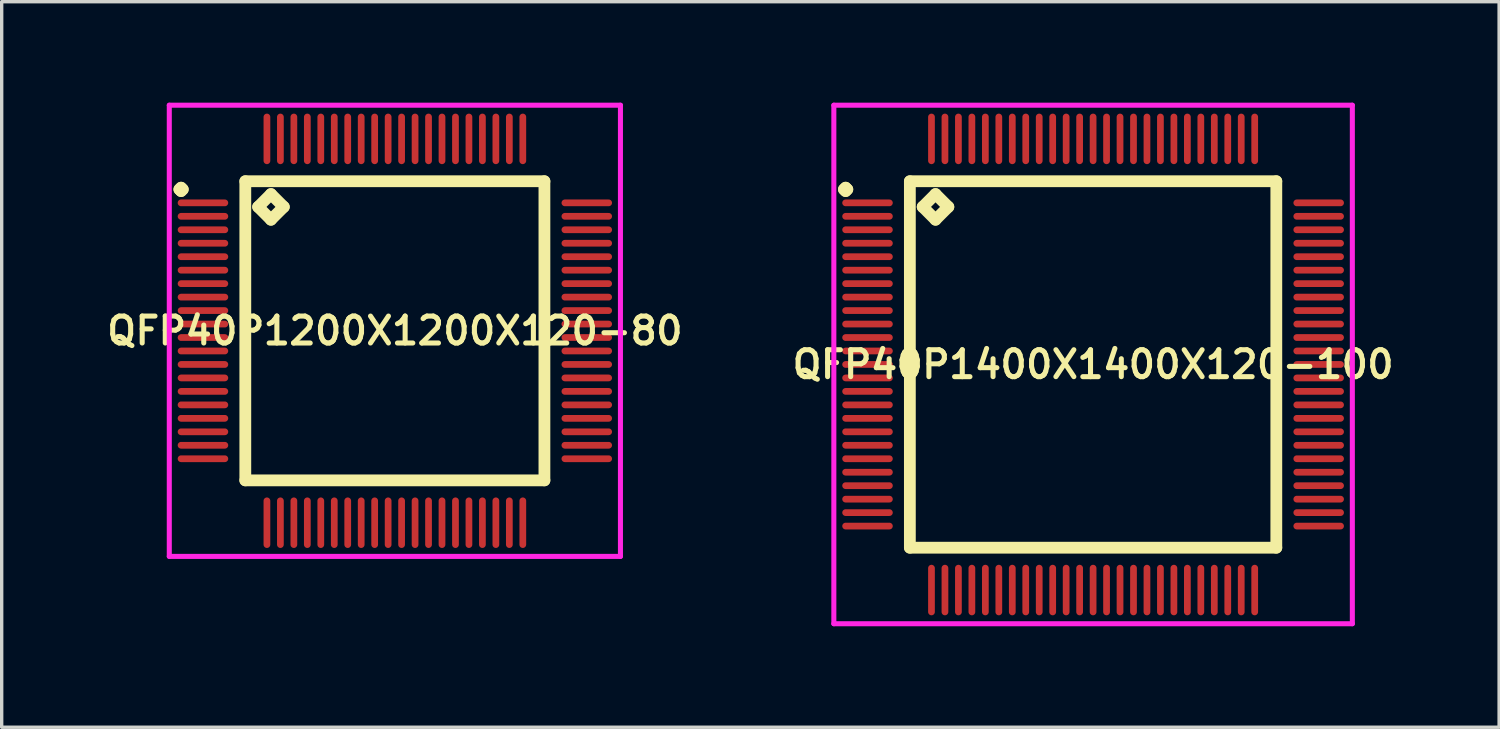
<source format=kicad_pcb>
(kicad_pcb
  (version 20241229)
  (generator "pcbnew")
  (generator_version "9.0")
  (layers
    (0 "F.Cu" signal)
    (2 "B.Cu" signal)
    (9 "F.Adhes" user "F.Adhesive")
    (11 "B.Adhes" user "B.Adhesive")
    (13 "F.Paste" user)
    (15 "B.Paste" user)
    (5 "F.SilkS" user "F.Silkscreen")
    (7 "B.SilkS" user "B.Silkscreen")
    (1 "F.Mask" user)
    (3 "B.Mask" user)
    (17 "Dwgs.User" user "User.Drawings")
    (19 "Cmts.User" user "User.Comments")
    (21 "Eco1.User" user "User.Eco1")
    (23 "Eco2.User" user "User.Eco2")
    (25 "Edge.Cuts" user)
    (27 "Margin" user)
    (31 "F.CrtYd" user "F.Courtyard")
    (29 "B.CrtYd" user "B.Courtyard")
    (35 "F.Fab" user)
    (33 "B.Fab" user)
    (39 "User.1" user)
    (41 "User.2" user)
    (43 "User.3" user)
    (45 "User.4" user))
  (footprint "QFP40P1400X1400X120-100"
    (layer "F.Cu")
    (at 29.416 7.775)
    (property "Reference" "QFP40P1400X1400X120-100" (at 0 0 0) (layer "F.SilkS") (effects (font (size 0.8 0.8) (thickness 0.15))))
    (attr through_hole)
    (fp_line (start -7.4 -5.2) (end -7.35 -5.25) (stroke (width 0.35) (type solid)) (layer "F.SilkS"))
    (fp_line (start -7.35 -5.25) (end -7.3 -5.2) (stroke (width 0.35) (type solid)) (layer "F.SilkS"))
    (fp_line (start -7.35 -5.15) (end -7.4 -5.2) (stroke (width 0.35) (type solid)) (layer "F.SilkS"))
    (fp_line (start -7.3 -5.2) (end -7.35 -5.15) (stroke (width 0.35) (type solid)) (layer "F.SilkS"))
    (fp_line (start -5.442 -5.442) (end -5.442 5.442) (stroke (width 0.35) (type solid)) (layer "F.SilkS"))
    (fp_line (start -5.442 5.442) (end 5.442 5.442) (stroke (width 0.35) (type solid)) (layer "F.SilkS"))
    (fp_line (start -5.061 -4.68) (end -4.68 -5.061) (stroke (width 0.35) (type solid)) (layer "F.SilkS"))
    (fp_line (start -4.68 -5.061) (end -4.299 -4.68) (stroke (width 0.35) (type solid)) (layer "F.SilkS"))
    (fp_line (start -4.68 -4.299) (end -5.061 -4.68) (stroke (width 0.35) (type solid)) (layer "F.SilkS"))
    (fp_line (start -4.299 -4.68) (end -4.68 -4.299) (stroke (width 0.35) (type solid)) (layer "F.SilkS"))
    (fp_line (start 5.442 -5.442) (end -5.442 -5.442) (stroke (width 0.35) (type solid)) (layer "F.SilkS"))
    (fp_line (start 5.442 5.442) (end 5.442 -5.442) (stroke (width 0.35) (type solid)) (layer "F.SilkS"))
    (fp_line (start -7.7 -7.7) (end 7.7 -7.7) (stroke (width 0.15) (type solid)) (layer "F.CrtYd"))
    (fp_line (start -7.7 7.7) (end -7.7 -7.7) (stroke (width 0.15) (type solid)) (layer "F.CrtYd"))
    (fp_line (start 7.7 -7.7) (end 7.7 7.7) (stroke (width 0.15) (type solid)) (layer "F.CrtYd"))
    (fp_line (start 7.7 7.7) (end -7.7 7.7) (stroke (width 0.15) (type solid)) (layer "F.CrtYd"))
    (pad "1" smd oval (at -6.7 -4.8) (size 1.5 0.2) (layers "F.Cu" "F.Mask" "F.Paste"))
    (pad "2" smd oval (at -6.7 -4.4) (size 1.5 0.2) (layers "F.Cu" "F.Mask" "F.Paste"))
    (pad "3" smd oval (at -6.7 -4) (size 1.5 0.2) (layers "F.Cu" "F.Mask" "F.Paste"))
    (pad "4" smd oval (at -6.7 -3.6) (size 1.5 0.2) (layers "F.Cu" "F.Mask" "F.Paste"))
    (pad "5" smd oval (at -6.7 -3.2) (size 1.5 0.2) (layers "F.Cu" "F.Mask" "F.Paste"))
    (pad "6" smd oval (at -6.7 -2.8) (size 1.5 0.2) (layers "F.Cu" "F.Mask" "F.Paste"))
    (pad "7" smd oval (at -6.7 -2.4) (size 1.5 0.2) (layers "F.Cu" "F.Mask" "F.Paste"))
    (pad "8" smd oval (at -6.7 -2) (size 1.5 0.2) (layers "F.Cu" "F.Mask" "F.Paste"))
    (pad "9" smd oval (at -6.7 -1.6) (size 1.5 0.2) (layers "F.Cu" "F.Mask" "F.Paste"))
    (pad "10" smd oval (at -6.7 -1.2) (size 1.5 0.2) (layers "F.Cu" "F.Mask" "F.Paste"))
    (pad "11" smd oval (at -6.7 -0.8) (size 1.5 0.2) (layers "F.Cu" "F.Mask" "F.Paste"))
    (pad "12" smd oval (at -6.7 -0.4) (size 1.5 0.2) (layers "F.Cu" "F.Mask" "F.Paste"))
    (pad "13" smd oval (at -6.7 0) (size 1.5 0.2) (layers "F.Cu" "F.Mask" "F.Paste"))
    (pad "14" smd oval (at -6.7 0.4) (size 1.5 0.2) (layers "F.Cu" "F.Mask" "F.Paste"))
    (pad "15" smd oval (at -6.7 0.8) (size 1.5 0.2) (layers "F.Cu" "F.Mask" "F.Paste"))
    (pad "16" smd oval (at -6.7 1.2) (size 1.5 0.2) (layers "F.Cu" "F.Mask" "F.Paste"))
    (pad "17" smd oval (at -6.7 1.6) (size 1.5 0.2) (layers "F.Cu" "F.Mask" "F.Paste"))
    (pad "18" smd oval (at -6.7 2) (size 1.5 0.2) (layers "F.Cu" "F.Mask" "F.Paste"))
    (pad "19" smd oval (at -6.7 2.4) (size 1.5 0.2) (layers "F.Cu" "F.Mask" "F.Paste"))
    (pad "20" smd oval (at -6.7 2.8) (size 1.5 0.2) (layers "F.Cu" "F.Mask" "F.Paste"))
    (pad "21" smd oval (at -6.7 3.2) (size 1.5 0.2) (layers "F.Cu" "F.Mask" "F.Paste"))
    (pad "22" smd oval (at -6.7 3.6) (size 1.5 0.2) (layers "F.Cu" "F.Mask" "F.Paste"))
    (pad "23" smd oval (at -6.7 4) (size 1.5 0.2) (layers "F.Cu" "F.Mask" "F.Paste"))
    (pad "24" smd oval (at -6.7 4.4) (size 1.5 0.2) (layers "F.Cu" "F.Mask" "F.Paste"))
    (pad "25" smd oval (at -6.7 4.8) (size 1.5 0.2) (layers "F.Cu" "F.Mask" "F.Paste"))
    (pad "26" smd oval (at -4.8 6.7) (size 0.2 1.5) (layers "F.Cu" "F.Mask" "F.Paste"))
    (pad "27" smd oval (at -4.4 6.7) (size 0.2 1.5) (layers "F.Cu" "F.Mask" "F.Paste"))
    (pad "28" smd oval (at -4 6.7) (size 0.2 1.5) (layers "F.Cu" "F.Mask" "F.Paste"))
    (pad "29" smd oval (at -3.6 6.7) (size 0.2 1.5) (layers "F.Cu" "F.Mask" "F.Paste"))
    (pad "30" smd oval (at -3.2 6.7) (size 0.2 1.5) (layers "F.Cu" "F.Mask" "F.Paste"))
    (pad "31" smd oval (at -2.8 6.7) (size 0.2 1.5) (layers "F.Cu" "F.Mask" "F.Paste"))
    (pad "32" smd oval (at -2.4 6.7) (size 0.2 1.5) (layers "F.Cu" "F.Mask" "F.Paste"))
    (pad "33" smd oval (at -2 6.7) (size 0.2 1.5) (layers "F.Cu" "F.Mask" "F.Paste"))
    (pad "34" smd oval (at -1.6 6.7) (size 0.2 1.5) (layers "F.Cu" "F.Mask" "F.Paste"))
    (pad "35" smd oval (at -1.2 6.7) (size 0.2 1.5) (layers "F.Cu" "F.Mask" "F.Paste"))
    (pad "36" smd oval (at -0.8 6.7) (size 0.2 1.5) (layers "F.Cu" "F.Mask" "F.Paste"))
    (pad "37" smd oval (at -0.4 6.7) (size 0.2 1.5) (layers "F.Cu" "F.Mask" "F.Paste"))
    (pad "38" smd oval (at 0 6.7) (size 0.2 1.5) (layers "F.Cu" "F.Mask" "F.Paste"))
    (pad "39" smd oval (at 0.4 6.7) (size 0.2 1.5) (layers "F.Cu" "F.Mask" "F.Paste"))
    (pad "40" smd oval (at 0.8 6.7) (size 0.2 1.5) (layers "F.Cu" "F.Mask" "F.Paste"))
    (pad "41" smd oval (at 1.2 6.7) (size 0.2 1.5) (layers "F.Cu" "F.Mask" "F.Paste"))
    (pad "42" smd oval (at 1.6 6.7) (size 0.2 1.5) (layers "F.Cu" "F.Mask" "F.Paste"))
    (pad "43" smd oval (at 2 6.7) (size 0.2 1.5) (layers "F.Cu" "F.Mask" "F.Paste"))
    (pad "44" smd oval (at 2.4 6.7) (size 0.2 1.5) (layers "F.Cu" "F.Mask" "F.Paste"))
    (pad "45" smd oval (at 2.8 6.7) (size 0.2 1.5) (layers "F.Cu" "F.Mask" "F.Paste"))
    (pad "46" smd oval (at 3.2 6.7) (size 0.2 1.5) (layers "F.Cu" "F.Mask" "F.Paste"))
    (pad "47" smd oval (at 3.6 6.7) (size 0.2 1.5) (layers "F.Cu" "F.Mask" "F.Paste"))
    (pad "48" smd oval (at 4 6.7) (size 0.2 1.5) (layers "F.Cu" "F.Mask" "F.Paste"))
    (pad "49" smd oval (at 4.4 6.7) (size 0.2 1.5) (layers "F.Cu" "F.Mask" "F.Paste"))
    (pad "50" smd oval (at 4.8 6.7) (size 0.2 1.5) (layers "F.Cu" "F.Mask" "F.Paste"))
    (pad "51" smd oval (at 6.7 4.8) (size 1.5 0.2) (layers "F.Cu" "F.Mask" "F.Paste"))
    (pad "52" smd oval (at 6.7 4.4) (size 1.5 0.2) (layers "F.Cu" "F.Mask" "F.Paste"))
    (pad "53" smd oval (at 6.7 4) (size 1.5 0.2) (layers "F.Cu" "F.Mask" "F.Paste"))
    (pad "54" smd oval (at 6.7 3.6) (size 1.5 0.2) (layers "F.Cu" "F.Mask" "F.Paste"))
    (pad "55" smd oval (at 6.7 3.2) (size 1.5 0.2) (layers "F.Cu" "F.Mask" "F.Paste"))
    (pad "56" smd oval (at 6.7 2.8) (size 1.5 0.2) (layers "F.Cu" "F.Mask" "F.Paste"))
    (pad "57" smd oval (at 6.7 2.4) (size 1.5 0.2) (layers "F.Cu" "F.Mask" "F.Paste"))
    (pad "58" smd oval (at 6.7 2) (size 1.5 0.2) (layers "F.Cu" "F.Mask" "F.Paste"))
    (pad "59" smd oval (at 6.7 1.6) (size 1.5 0.2) (layers "F.Cu" "F.Mask" "F.Paste"))
    (pad "60" smd oval (at 6.7 1.2) (size 1.5 0.2) (layers "F.Cu" "F.Mask" "F.Paste"))
    (pad "61" smd oval (at 6.7 0.8) (size 1.5 0.2) (layers "F.Cu" "F.Mask" "F.Paste"))
    (pad "62" smd oval (at 6.7 0.4) (size 1.5 0.2) (layers "F.Cu" "F.Mask" "F.Paste"))
    (pad "63" smd oval (at 6.7 0) (size 1.5 0.2) (layers "F.Cu" "F.Mask" "F.Paste"))
    (pad "64" smd oval (at 6.7 -0.4) (size 1.5 0.2) (layers "F.Cu" "F.Mask" "F.Paste"))
    (pad "65" smd oval (at 6.7 -0.8) (size 1.5 0.2) (layers "F.Cu" "F.Mask" "F.Paste"))
    (pad "66" smd oval (at 6.7 -1.2) (size 1.5 0.2) (layers "F.Cu" "F.Mask" "F.Paste"))
    (pad "67" smd oval (at 6.7 -1.6) (size 1.5 0.2) (layers "F.Cu" "F.Mask" "F.Paste"))
    (pad "68" smd oval (at 6.7 -2) (size 1.5 0.2) (layers "F.Cu" "F.Mask" "F.Paste"))
    (pad "69" smd oval (at 6.7 -2.4) (size 1.5 0.2) (layers "F.Cu" "F.Mask" "F.Paste"))
    (pad "70" smd oval (at 6.7 -2.8) (size 1.5 0.2) (layers "F.Cu" "F.Mask" "F.Paste"))
    (pad "71" smd oval (at 6.7 -3.2) (size 1.5 0.2) (layers "F.Cu" "F.Mask" "F.Paste"))
    (pad "72" smd oval (at 6.7 -3.6) (size 1.5 0.2) (layers "F.Cu" "F.Mask" "F.Paste"))
    (pad "73" smd oval (at 6.7 -4) (size 1.5 0.2) (layers "F.Cu" "F.Mask" "F.Paste"))
    (pad "74" smd oval (at 6.7 -4.4) (size 1.5 0.2) (layers "F.Cu" "F.Mask" "F.Paste"))
    (pad "75" smd oval (at 6.7 -4.8) (size 1.5 0.2) (layers "F.Cu" "F.Mask" "F.Paste"))
    (pad "76" smd oval (at 4.8 -6.7) (size 0.2 1.5) (layers "F.Cu" "F.Mask" "F.Paste"))
    (pad "77" smd oval (at 4.4 -6.7) (size 0.2 1.5) (layers "F.Cu" "F.Mask" "F.Paste"))
    (pad "78" smd oval (at 4 -6.7) (size 0.2 1.5) (layers "F.Cu" "F.Mask" "F.Paste"))
    (pad "79" smd oval (at 3.6 -6.7) (size 0.2 1.5) (layers "F.Cu" "F.Mask" "F.Paste"))
    (pad "80" smd oval (at 3.2 -6.7) (size 0.2 1.5) (layers "F.Cu" "F.Mask" "F.Paste"))
    (pad "81" smd oval (at 2.8 -6.7) (size 0.2 1.5) (layers "F.Cu" "F.Mask" "F.Paste"))
    (pad "82" smd oval (at 2.4 -6.7) (size 0.2 1.5) (layers "F.Cu" "F.Mask" "F.Paste"))
    (pad "83" smd oval (at 2 -6.7) (size 0.2 1.5) (layers "F.Cu" "F.Mask" "F.Paste"))
    (pad "84" smd oval (at 1.6 -6.7) (size 0.2 1.5) (layers "F.Cu" "F.Mask" "F.Paste"))
    (pad "85" smd oval (at 1.2 -6.7) (size 0.2 1.5) (layers "F.Cu" "F.Mask" "F.Paste"))
    (pad "86" smd oval (at 0.8 -6.7) (size 0.2 1.5) (layers "F.Cu" "F.Mask" "F.Paste"))
    (pad "87" smd oval (at 0.4 -6.7) (size 0.2 1.5) (layers "F.Cu" "F.Mask" "F.Paste"))
    (pad "88" smd oval (at 0 -6.7) (size 0.2 1.5) (layers "F.Cu" "F.Mask" "F.Paste"))
    (pad "89" smd oval (at -0.4 -6.7) (size 0.2 1.5) (layers "F.Cu" "F.Mask" "F.Paste"))
    (pad "90" smd oval (at -0.8 -6.7) (size 0.2 1.5) (layers "F.Cu" "F.Mask" "F.Paste"))
    (pad "91" smd oval (at -1.2 -6.7) (size 0.2 1.5) (layers "F.Cu" "F.Mask" "F.Paste"))
    (pad "92" smd oval (at -1.6 -6.7) (size 0.2 1.5) (layers "F.Cu" "F.Mask" "F.Paste"))
    (pad "93" smd oval (at -2 -6.7) (size 0.2 1.5) (layers "F.Cu" "F.Mask" "F.Paste"))
    (pad "94" smd oval (at -2.4 -6.7) (size 0.2 1.5) (layers "F.Cu" "F.Mask" "F.Paste"))
    (pad "95" smd oval (at -2.8 -6.7) (size 0.2 1.5) (layers "F.Cu" "F.Mask" "F.Paste"))
    (pad "96" smd oval (at -3.2 -6.7) (size 0.2 1.5) (layers "F.Cu" "F.Mask" "F.Paste"))
    (pad "97" smd oval (at -3.6 -6.7) (size 0.2 1.5) (layers "F.Cu" "F.Mask" "F.Paste"))
    (pad "98" smd oval (at -4 -6.7) (size 0.2 1.5) (layers "F.Cu" "F.Mask" "F.Paste"))
    (pad "99" smd oval (at -4.4 -6.7) (size 0.2 1.5) (layers "F.Cu" "F.Mask" "F.Paste"))
    (pad "100" smd oval (at -4.8 -6.7) (size 0.2 1.5) (layers "F.Cu" "F.Mask" "F.Paste")))
  (footprint "QFP40P1200X1200X120-80"
    (layer "F.Cu")
    (at 8.678 6.775)
    (property "Reference" "QFP40P1200X1200X120-80" (at 0 0 0) (layer "F.SilkS") (effects (font (size 0.8 0.8) (thickness 0.15))))
    (attr smd)
    (fp_line (start -6.4 -4.2) (end -6.35 -4.25) (stroke (width 0.35) (type solid)) (layer "F.SilkS"))
    (fp_line (start -6.35 -4.25) (end -6.3 -4.2) (stroke (width 0.35) (type solid)) (layer "F.SilkS"))
    (fp_line (start -6.35 -4.15) (end -6.4 -4.2) (stroke (width 0.35) (type solid)) (layer "F.SilkS"))
    (fp_line (start -6.3 -4.2) (end -6.35 -4.15) (stroke (width 0.35) (type solid)) (layer "F.SilkS"))
    (fp_line (start -4.442 -4.442) (end -4.442 4.442) (stroke (width 0.35) (type solid)) (layer "F.SilkS"))
    (fp_line (start -4.442 4.442) (end 4.442 4.442) (stroke (width 0.35) (type solid)) (layer "F.SilkS"))
    (fp_line (start -4.061 -3.68) (end -3.68 -4.061) (stroke (width 0.35) (type solid)) (layer "F.SilkS"))
    (fp_line (start -3.68 -4.061) (end -3.299 -3.68) (stroke (width 0.35) (type solid)) (layer "F.SilkS"))
    (fp_line (start -3.68 -3.299) (end -4.061 -3.68) (stroke (width 0.35) (type solid)) (layer "F.SilkS"))
    (fp_line (start -3.299 -3.68) (end -3.68 -3.299) (stroke (width 0.35) (type solid)) (layer "F.SilkS"))
    (fp_line (start 4.442 -4.442) (end -4.442 -4.442) (stroke (width 0.35) (type solid)) (layer "F.SilkS"))
    (fp_line (start 4.442 4.442) (end 4.442 -4.442) (stroke (width 0.35) (type solid)) (layer "F.SilkS"))
    (fp_line (start -6.7 -6.7) (end 6.7 -6.7) (stroke (width 0.15) (type solid)) (layer "F.CrtYd"))
    (fp_line (start -6.7 6.7) (end -6.7 -6.7) (stroke (width 0.15) (type solid)) (layer "F.CrtYd"))
    (fp_line (start 6.7 -6.7) (end 6.7 6.7) (stroke (width 0.15) (type solid)) (layer "F.CrtYd"))
    (fp_line (start 6.7 6.7) (end -6.7 6.7) (stroke (width 0.15) (type solid)) (layer "F.CrtYd"))
    (pad "1" smd oval (at -5.7 -3.8) (size 1.5 0.2) (layers "F.Cu" "F.Mask" "F.Paste"))
    (pad "2" smd oval (at -5.7 -3.4) (size 1.5 0.2) (layers "F.Cu" "F.Mask" "F.Paste"))
    (pad "3" smd oval (at -5.7 -3) (size 1.5 0.2) (layers "F.Cu" "F.Mask" "F.Paste"))
    (pad "4" smd oval (at -5.7 -2.6) (size 1.5 0.2) (layers "F.Cu" "F.Mask" "F.Paste"))
    (pad "5" smd oval (at -5.7 -2.2) (size 1.5 0.2) (layers "F.Cu" "F.Mask" "F.Paste"))
    (pad "6" smd oval (at -5.7 -1.8) (size 1.5 0.2) (layers "F.Cu" "F.Mask" "F.Paste"))
    (pad "7" smd oval (at -5.7 -1.4) (size 1.5 0.2) (layers "F.Cu" "F.Mask" "F.Paste"))
    (pad "8" smd oval (at -5.7 -1) (size 1.5 0.2) (layers "F.Cu" "F.Mask" "F.Paste"))
    (pad "9" smd oval (at -5.7 -0.6) (size 1.5 0.2) (layers "F.Cu" "F.Mask" "F.Paste"))
    (pad "10" smd oval (at -5.7 -0.2) (size 1.5 0.2) (layers "F.Cu" "F.Mask" "F.Paste"))
    (pad "11" smd oval (at -5.7 0.2) (size 1.5 0.2) (layers "F.Cu" "F.Mask" "F.Paste"))
    (pad "12" smd oval (at -5.7 0.6) (size 1.5 0.2) (layers "F.Cu" "F.Mask" "F.Paste"))
    (pad "13" smd oval (at -5.7 1) (size 1.5 0.2) (layers "F.Cu" "F.Mask" "F.Paste"))
    (pad "14" smd oval (at -5.7 1.4) (size 1.5 0.2) (layers "F.Cu" "F.Mask" "F.Paste"))
    (pad "15" smd oval (at -5.7 1.8) (size 1.5 0.2) (layers "F.Cu" "F.Mask" "F.Paste"))
    (pad "16" smd oval (at -5.7 2.2) (size 1.5 0.2) (layers "F.Cu" "F.Mask" "F.Paste"))
    (pad "17" smd oval (at -5.7 2.6) (size 1.5 0.2) (layers "F.Cu" "F.Mask" "F.Paste"))
    (pad "18" smd oval (at -5.7 3) (size 1.5 0.2) (layers "F.Cu" "F.Mask" "F.Paste"))
    (pad "19" smd oval (at -5.7 3.4) (size 1.5 0.2) (layers "F.Cu" "F.Mask" "F.Paste"))
    (pad "20" smd oval (at -5.7 3.8) (size 1.5 0.2) (layers "F.Cu" "F.Mask" "F.Paste"))
    (pad "21" smd oval (at -3.8 5.7) (size 0.2 1.5) (layers "F.Cu" "F.Mask" "F.Paste"))
    (pad "22" smd oval (at -3.4 5.7) (size 0.2 1.5) (layers "F.Cu" "F.Mask" "F.Paste"))
    (pad "23" smd oval (at -3 5.7) (size 0.2 1.5) (layers "F.Cu" "F.Mask" "F.Paste"))
    (pad "24" smd oval (at -2.6 5.7) (size 0.2 1.5) (layers "F.Cu" "F.Mask" "F.Paste"))
    (pad "25" smd oval (at -2.2 5.7) (size 0.2 1.5) (layers "F.Cu" "F.Mask" "F.Paste"))
    (pad "26" smd oval (at -1.8 5.7) (size 0.2 1.5) (layers "F.Cu" "F.Mask" "F.Paste"))
    (pad "27" smd oval (at -1.4 5.7) (size 0.2 1.5) (layers "F.Cu" "F.Mask" "F.Paste"))
    (pad "28" smd oval (at -1 5.7) (size 0.2 1.5) (layers "F.Cu" "F.Mask" "F.Paste"))
    (pad "29" smd oval (at -0.6 5.7) (size 0.2 1.5) (layers "F.Cu" "F.Mask" "F.Paste"))
    (pad "30" smd oval (at -0.2 5.7) (size 0.2 1.5) (layers "F.Cu" "F.Mask" "F.Paste"))
    (pad "31" smd oval (at 0.2 5.7) (size 0.2 1.5) (layers "F.Cu" "F.Mask" "F.Paste"))
    (pad "32" smd oval (at 0.6 5.7) (size 0.2 1.5) (layers "F.Cu" "F.Mask" "F.Paste"))
    (pad "33" smd oval (at 1 5.7) (size 0.2 1.5) (layers "F.Cu" "F.Mask" "F.Paste"))
    (pad "34" smd oval (at 1.4 5.7) (size 0.2 1.5) (layers "F.Cu" "F.Mask" "F.Paste"))
    (pad "35" smd oval (at 1.8 5.7) (size 0.2 1.5) (layers "F.Cu" "F.Mask" "F.Paste"))
    (pad "36" smd oval (at 2.2 5.7) (size 0.2 1.5) (layers "F.Cu" "F.Mask" "F.Paste"))
    (pad "37" smd oval (at 2.6 5.7) (size 0.2 1.5) (layers "F.Cu" "F.Mask" "F.Paste"))
    (pad "38" smd oval (at 3 5.7) (size 0.2 1.5) (layers "F.Cu" "F.Mask" "F.Paste"))
    (pad "39" smd oval (at 3.4 5.7) (size 0.2 1.5) (layers "F.Cu" "F.Mask" "F.Paste"))
    (pad "40" smd oval (at 3.8 5.7) (size 0.2 1.5) (layers "F.Cu" "F.Mask" "F.Paste"))
    (pad "41" smd oval (at 5.7 3.8) (size 1.5 0.2) (layers "F.Cu" "F.Mask" "F.Paste"))
    (pad "42" smd oval (at 5.7 3.4) (size 1.5 0.2) (layers "F.Cu" "F.Mask" "F.Paste"))
    (pad "43" smd oval (at 5.7 3) (size 1.5 0.2) (layers "F.Cu" "F.Mask" "F.Paste"))
    (pad "44" smd oval (at 5.7 2.6) (size 1.5 0.2) (layers "F.Cu" "F.Mask" "F.Paste"))
    (pad "45" smd oval (at 5.7 2.2) (size 1.5 0.2) (layers "F.Cu" "F.Mask" "F.Paste"))
    (pad "46" smd oval (at 5.7 1.8) (size 1.5 0.2) (layers "F.Cu" "F.Mask" "F.Paste"))
    (pad "47" smd oval (at 5.7 1.4) (size 1.5 0.2) (layers "F.Cu" "F.Mask" "F.Paste"))
    (pad "48" smd oval (at 5.7 1) (size 1.5 0.2) (layers "F.Cu" "F.Mask" "F.Paste"))
    (pad "49" smd oval (at 5.7 0.6) (size 1.5 0.2) (layers "F.Cu" "F.Mask" "F.Paste"))
    (pad "50" smd oval (at 5.7 0.2) (size 1.5 0.2) (layers "F.Cu" "F.Mask" "F.Paste"))
    (pad "51" smd oval (at 5.7 -0.2) (size 1.5 0.2) (layers "F.Cu" "F.Mask" "F.Paste"))
    (pad "52" smd oval (at 5.7 -0.6) (size 1.5 0.2) (layers "F.Cu" "F.Mask" "F.Paste"))
    (pad "53" smd oval (at 5.7 -1) (size 1.5 0.2) (layers "F.Cu" "F.Mask" "F.Paste"))
    (pad "54" smd oval (at 5.7 -1.4) (size 1.5 0.2) (layers "F.Cu" "F.Mask" "F.Paste"))
    (pad "55" smd oval (at 5.7 -1.8) (size 1.5 0.2) (layers "F.Cu" "F.Mask" "F.Paste"))
    (pad "56" smd oval (at 5.7 -2.2) (size 1.5 0.2) (layers "F.Cu" "F.Mask" "F.Paste"))
    (pad "57" smd oval (at 5.7 -2.6) (size 1.5 0.2) (layers "F.Cu" "F.Mask" "F.Paste"))
    (pad "58" smd oval (at 5.7 -3) (size 1.5 0.2) (layers "F.Cu" "F.Mask" "F.Paste"))
    (pad "59" smd oval (at 5.7 -3.4) (size 1.5 0.2) (layers "F.Cu" "F.Mask" "F.Paste"))
    (pad "60" smd oval (at 5.7 -3.8) (size 1.5 0.2) (layers "F.Cu" "F.Mask" "F.Paste"))
    (pad "61" smd oval (at 3.8 -5.7) (size 0.2 1.5) (layers "F.Cu" "F.Mask" "F.Paste"))
    (pad "62" smd oval (at 3.4 -5.7) (size 0.2 1.5) (layers "F.Cu" "F.Mask" "F.Paste"))
    (pad "63" smd oval (at 3 -5.7) (size 0.2 1.5) (layers "F.Cu" "F.Mask" "F.Paste"))
    (pad "64" smd oval (at 2.6 -5.7) (size 0.2 1.5) (layers "F.Cu" "F.Mask" "F.Paste"))
    (pad "65" smd oval (at 2.2 -5.7) (size 0.2 1.5) (layers "F.Cu" "F.Mask" "F.Paste"))
    (pad "66" smd oval (at 1.8 -5.7) (size 0.2 1.5) (layers "F.Cu" "F.Mask" "F.Paste"))
    (pad "67" smd oval (at 1.4 -5.7) (size 0.2 1.5) (layers "F.Cu" "F.Mask" "F.Paste"))
    (pad "68" smd oval (at 1 -5.7) (size 0.2 1.5) (layers "F.Cu" "F.Mask" "F.Paste"))
    (pad "69" smd oval (at 0.6 -5.7) (size 0.2 1.5) (layers "F.Cu" "F.Mask" "F.Paste"))
    (pad "70" smd oval (at 0.2 -5.7) (size 0.2 1.5) (layers "F.Cu" "F.Mask" "F.Paste"))
    (pad "71" smd oval (at -0.2 -5.7) (size 0.2 1.5) (layers "F.Cu" "F.Mask" "F.Paste"))
    (pad "72" smd oval (at -0.6 -5.7) (size 0.2 1.5) (layers "F.Cu" "F.Mask" "F.Paste"))
    (pad "73" smd oval (at -1 -5.7) (size 0.2 1.5) (layers "F.Cu" "F.Mask" "F.Paste"))
    (pad "74" smd oval (at -1.4 -5.7) (size 0.2 1.5) (layers "F.Cu" "F.Mask" "F.Paste"))
    (pad "75" smd oval (at -1.8 -5.7) (size 0.2 1.5) (layers "F.Cu" "F.Mask" "F.Paste"))
    (pad "76" smd oval (at -2.2 -5.7) (size 0.2 1.5) (layers "F.Cu" "F.Mask" "F.Paste"))
    (pad "77" smd oval (at -2.6 -5.7) (size 0.2 1.5) (layers "F.Cu" "F.Mask" "F.Paste"))
    (pad "78" smd oval (at -3 -5.7) (size 0.2 1.5) (layers "F.Cu" "F.Mask" "F.Paste"))
    (pad "79" smd oval (at -3.4 -5.7) (size 0.2 1.5) (layers "F.Cu" "F.Mask" "F.Paste"))
    (pad "80" smd oval (at -3.8 -5.7) (size 0.2 1.5) (layers "F.Cu" "F.Mask" "F.Paste")))
  (gr_rect
    (start -3 -3)
    (end 41.475 18.55)
    (stroke (width 0.1) (type default))
    (fill no)
    (layer "Edge.Cuts")))
</source>
